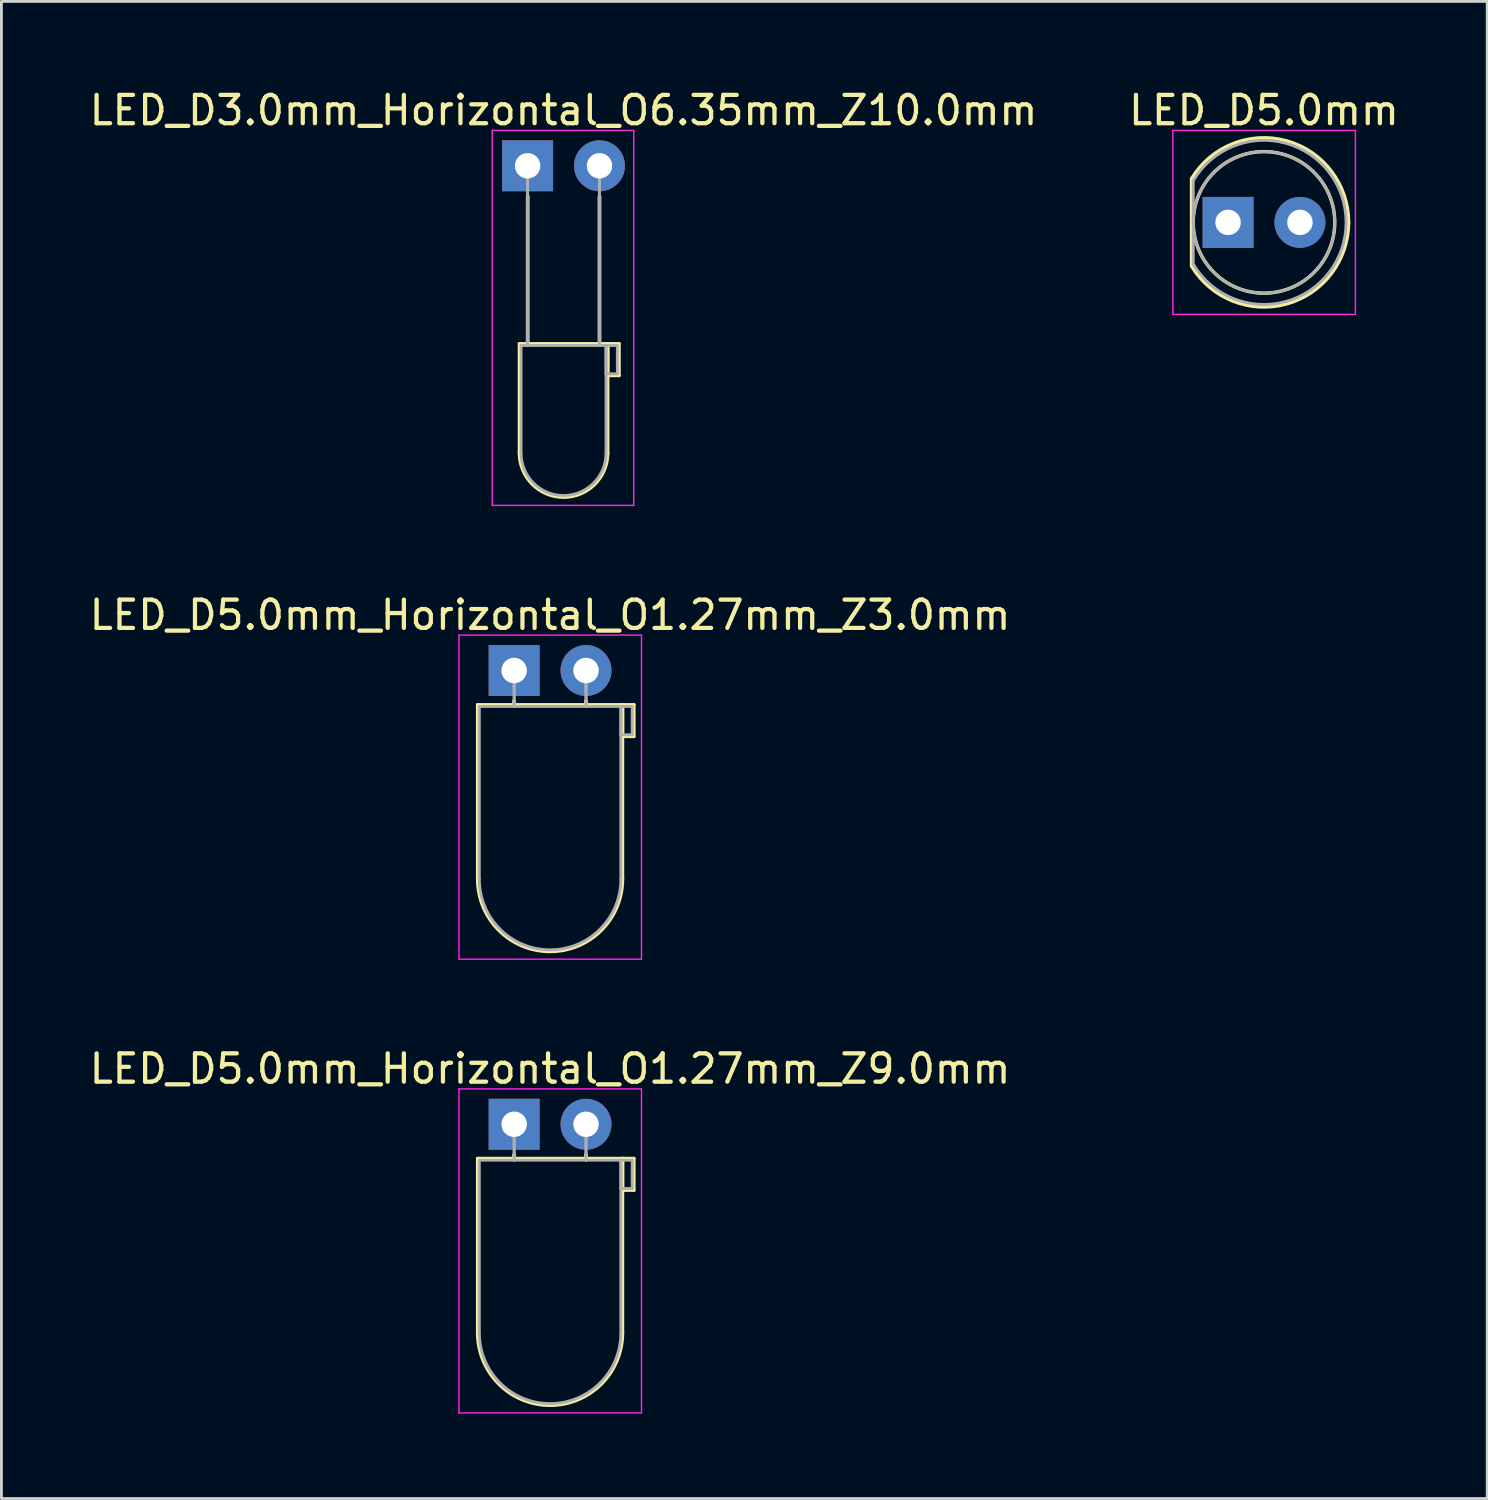
<source format=kicad_pcb>
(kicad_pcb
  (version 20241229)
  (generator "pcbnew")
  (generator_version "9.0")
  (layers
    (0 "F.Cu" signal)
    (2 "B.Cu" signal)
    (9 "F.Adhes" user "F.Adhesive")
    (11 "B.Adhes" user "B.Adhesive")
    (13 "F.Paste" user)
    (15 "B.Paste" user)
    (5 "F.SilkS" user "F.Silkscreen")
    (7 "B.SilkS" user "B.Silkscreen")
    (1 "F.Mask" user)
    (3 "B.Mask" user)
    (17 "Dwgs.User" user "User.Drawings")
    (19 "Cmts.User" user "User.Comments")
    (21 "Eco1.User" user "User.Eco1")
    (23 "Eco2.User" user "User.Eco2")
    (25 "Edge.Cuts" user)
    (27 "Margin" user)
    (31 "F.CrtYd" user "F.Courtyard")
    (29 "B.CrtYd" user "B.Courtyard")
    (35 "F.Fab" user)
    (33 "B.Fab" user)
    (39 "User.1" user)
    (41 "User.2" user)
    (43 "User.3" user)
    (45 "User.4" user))
  (footprint "LED_D5.0mm"
    (layer "F.Cu")
    (at 40.343 4.808)
    (property "Reference" "LED_D5.0mm" (at 1.27 -3.96 0) (layer "F.SilkS") (effects (font (size 1 1) (thickness 0.15))))
    (attr through_hole)
    (fp_line (start -1.29 -1.545) (end -1.29 1.545) (stroke (width 0.12) (type solid)) (layer "F.SilkS"))
    (fp_arc (start -1.29 -1.54483) (mid 2.072002 -2.880433) (end 4.26 0.000462) (stroke (width 0.12) (type solid)) (layer "F.SilkS"))
    (fp_arc (start 4.26 -0.000462) (mid 2.072002 2.880433) (end -1.29 1.54483) (stroke (width 0.12) (type solid)) (layer "F.SilkS"))
    (fp_circle (center 1.27 0) (end 3.77 0) (stroke (width 0.12) (type solid)) (fill no) (layer "F.SilkS"))
    (fp_line (start -1.95 -3.25) (end -1.95 3.25) (stroke (width 0.05) (type solid)) (layer "F.CrtYd"))
    (fp_line (start -1.95 3.25) (end 4.5 3.25) (stroke (width 0.05) (type solid)) (layer "F.CrtYd"))
    (fp_line (start 4.5 -3.25) (end -1.95 -3.25) (stroke (width 0.05) (type solid)) (layer "F.CrtYd"))
    (fp_line (start 4.5 3.25) (end 4.5 -3.25) (stroke (width 0.05) (type solid)) (layer "F.CrtYd"))
    (fp_line (start -1.23 -1.47) (end -1.23 1.47) (stroke (width 0.1) (type solid)) (layer "F.Fab"))
    (fp_arc (start -1.23 -1.469694) (mid 4.17 0.000016) (end -1.230016 1.469666) (stroke (width 0.1) (type solid)) (layer "F.Fab"))
    (fp_circle (center 1.27 0) (end 3.77 0) (stroke (width 0.1) (type solid)) (fill no) (layer "F.Fab"))
    (pad "1" thru_hole rect (at 0 0) (size 1.8 1.8) (drill 0.9) (layers "*.Cu" "*.Mask"))
    (pad "2" thru_hole circle (at 2.54 0) (size 1.8 1.8) (drill 0.9) (layers "*.Cu" "*.Mask")))
  (footprint "LED_D5.0mm_Horizontal_O1.27mm_Z9.0mm"
    (layer "F.Cu")
    (at 15.117 36.675)
    (property "Reference" "LED_D5.0mm_Horizontal_O1.27mm_Z9.0mm" (at 1.27 -1.96 0) (layer "F.SilkS") (effects (font (size 1 1) (thickness 0.15))))
    (attr through_hole)
    (fp_line (start -1.29 1.21) (end -1.29 7.37) (stroke (width 0.12) (type solid)) (layer "F.SilkS"))
    (fp_line (start -1.29 1.21) (end 3.83 1.21) (stroke (width 0.12) (type solid)) (layer "F.SilkS"))
    (fp_line (start 0 1.08) (end 0 1.08) (stroke (width 0.12) (type solid)) (layer "F.SilkS"))
    (fp_line (start 0 1.08) (end 0 1.21) (stroke (width 0.12) (type solid)) (layer "F.SilkS"))
    (fp_line (start 0 1.21) (end 0 1.08) (stroke (width 0.12) (type solid)) (layer "F.SilkS"))
    (fp_line (start 0 1.21) (end 0 1.21) (stroke (width 0.12) (type solid)) (layer "F.SilkS"))
    (fp_line (start 2.54 1.08) (end 2.54 1.08) (stroke (width 0.12) (type solid)) (layer "F.SilkS"))
    (fp_line (start 2.54 1.08) (end 2.54 1.21) (stroke (width 0.12) (type solid)) (layer "F.SilkS"))
    (fp_line (start 2.54 1.21) (end 2.54 1.08) (stroke (width 0.12) (type solid)) (layer "F.SilkS"))
    (fp_line (start 2.54 1.21) (end 2.54 1.21) (stroke (width 0.12) (type solid)) (layer "F.SilkS"))
    (fp_line (start 3.83 1.21) (end 3.83 7.37) (stroke (width 0.12) (type solid)) (layer "F.SilkS"))
    (fp_line (start 3.83 1.21) (end 4.23 1.21) (stroke (width 0.12) (type solid)) (layer "F.SilkS"))
    (fp_line (start 3.83 2.33) (end 3.83 1.21) (stroke (width 0.12) (type solid)) (layer "F.SilkS"))
    (fp_line (start 4.23 1.21) (end 4.23 2.33) (stroke (width 0.12) (type solid)) (layer "F.SilkS"))
    (fp_line (start 4.23 2.33) (end 3.83 2.33) (stroke (width 0.12) (type solid)) (layer "F.SilkS"))
    (fp_arc (start 3.83 7.37) (mid 1.27 9.93) (end -1.29 7.37) (stroke (width 0.12) (type solid)) (layer "F.SilkS"))
    (fp_line (start -1.95 -1.25) (end -1.95 10.2) (stroke (width 0.05) (type solid)) (layer "F.CrtYd"))
    (fp_line (start -1.95 10.2) (end 4.5 10.2) (stroke (width 0.05) (type solid)) (layer "F.CrtYd"))
    (fp_line (start 4.5 -1.25) (end -1.95 -1.25) (stroke (width 0.05) (type solid)) (layer "F.CrtYd"))
    (fp_line (start 4.5 10.2) (end 4.5 -1.25) (stroke (width 0.05) (type solid)) (layer "F.CrtYd"))
    (fp_line (start -1.23 1.27) (end -1.23 7.37) (stroke (width 0.1) (type solid)) (layer "F.Fab"))
    (fp_line (start -1.23 1.27) (end 3.77 1.27) (stroke (width 0.1) (type solid)) (layer "F.Fab"))
    (fp_line (start 0 0) (end 0 0) (stroke (width 0.1) (type solid)) (layer "F.Fab"))
    (fp_line (start 0 0) (end 0 1.27) (stroke (width 0.1) (type solid)) (layer "F.Fab"))
    (fp_line (start 0 1.27) (end 0 0) (stroke (width 0.1) (type solid)) (layer "F.Fab"))
    (fp_line (start 0 1.27) (end 0 1.27) (stroke (width 0.1) (type solid)) (layer "F.Fab"))
    (fp_line (start 2.54 0) (end 2.54 0) (stroke (width 0.1) (type solid)) (layer "F.Fab"))
    (fp_line (start 2.54 0) (end 2.54 1.27) (stroke (width 0.1) (type solid)) (layer "F.Fab"))
    (fp_line (start 2.54 1.27) (end 2.54 0) (stroke (width 0.1) (type solid)) (layer "F.Fab"))
    (fp_line (start 2.54 1.27) (end 2.54 1.27) (stroke (width 0.1) (type solid)) (layer "F.Fab"))
    (fp_line (start 3.77 1.27) (end 3.77 7.37) (stroke (width 0.1) (type solid)) (layer "F.Fab"))
    (fp_line (start 3.77 1.27) (end 4.17 1.27) (stroke (width 0.1) (type solid)) (layer "F.Fab"))
    (fp_line (start 3.77 2.27) (end 3.77 1.27) (stroke (width 0.1) (type solid)) (layer "F.Fab"))
    (fp_line (start 4.17 1.27) (end 4.17 2.27) (stroke (width 0.1) (type solid)) (layer "F.Fab"))
    (fp_line (start 4.17 2.27) (end 3.77 2.27) (stroke (width 0.1) (type solid)) (layer "F.Fab"))
    (fp_arc (start 3.77 7.37) (mid 1.27 9.87) (end -1.23 7.37) (stroke (width 0.1) (type solid)) (layer "F.Fab"))
    (pad "1" thru_hole rect (at 0 0) (size 1.8 1.8) (drill 0.9) (layers "*.Cu" "*.Mask"))
    (pad "2" thru_hole circle (at 2.54 0) (size 1.8 1.8) (drill 0.9) (layers "*.Cu" "*.Mask")))
  (footprint "LED_D3.0mm_Horizontal_O6.35mm_Z10.0mm"
    (layer "F.Cu")
    (at 15.593 2.808)
    (property "Reference" "LED_D3.0mm_Horizontal_O6.35mm_Z10.0mm" (at 1.27 -1.96 0) (layer "F.SilkS") (effects (font (size 1 1) (thickness 0.15))))
    (attr through_hole)
    (fp_line (start -0.29 6.29) (end -0.29 10.15) (stroke (width 0.12) (type solid)) (layer "F.SilkS"))
    (fp_line (start -0.29 6.29) (end 2.83 6.29) (stroke (width 0.12) (type solid)) (layer "F.SilkS"))
    (fp_line (start 0 1.08) (end 0 1.08) (stroke (width 0.12) (type solid)) (layer "F.SilkS"))
    (fp_line (start 0 1.08) (end 0 6.29) (stroke (width 0.12) (type solid)) (layer "F.SilkS"))
    (fp_line (start 0 6.29) (end 0 1.08) (stroke (width 0.12) (type solid)) (layer "F.SilkS"))
    (fp_line (start 0 6.29) (end 0 6.29) (stroke (width 0.12) (type solid)) (layer "F.SilkS"))
    (fp_line (start 2.54 1.08) (end 2.54 1.08) (stroke (width 0.12) (type solid)) (layer "F.SilkS"))
    (fp_line (start 2.54 1.08) (end 2.54 6.29) (stroke (width 0.12) (type solid)) (layer "F.SilkS"))
    (fp_line (start 2.54 6.29) (end 2.54 1.08) (stroke (width 0.12) (type solid)) (layer "F.SilkS"))
    (fp_line (start 2.54 6.29) (end 2.54 6.29) (stroke (width 0.12) (type solid)) (layer "F.SilkS"))
    (fp_line (start 2.83 6.29) (end 2.83 10.15) (stroke (width 0.12) (type solid)) (layer "F.SilkS"))
    (fp_line (start 2.83 6.29) (end 3.23 6.29) (stroke (width 0.12) (type solid)) (layer "F.SilkS"))
    (fp_line (start 2.83 7.41) (end 2.83 6.29) (stroke (width 0.12) (type solid)) (layer "F.SilkS"))
    (fp_line (start 3.23 6.29) (end 3.23 7.41) (stroke (width 0.12) (type solid)) (layer "F.SilkS"))
    (fp_line (start 3.23 7.41) (end 2.83 7.41) (stroke (width 0.12) (type solid)) (layer "F.SilkS"))
    (fp_arc (start 2.83 10.15) (mid 1.27 11.71) (end -0.29 10.15) (stroke (width 0.12) (type solid)) (layer "F.SilkS"))
    (fp_line (start -1.25 -1.25) (end -1.25 12) (stroke (width 0.05) (type solid)) (layer "F.CrtYd"))
    (fp_line (start -1.25 12) (end 3.75 12) (stroke (width 0.05) (type solid)) (layer "F.CrtYd"))
    (fp_line (start 3.75 -1.25) (end -1.25 -1.25) (stroke (width 0.05) (type solid)) (layer "F.CrtYd"))
    (fp_line (start 3.75 12) (end 3.75 -1.25) (stroke (width 0.05) (type solid)) (layer "F.CrtYd"))
    (fp_line (start -0.23 6.35) (end -0.23 10.15) (stroke (width 0.1) (type solid)) (layer "F.Fab"))
    (fp_line (start -0.23 6.35) (end 2.77 6.35) (stroke (width 0.1) (type solid)) (layer "F.Fab"))
    (fp_line (start 0 0) (end 0 0) (stroke (width 0.1) (type solid)) (layer "F.Fab"))
    (fp_line (start 0 0) (end 0 6.35) (stroke (width 0.1) (type solid)) (layer "F.Fab"))
    (fp_line (start 0 6.35) (end 0 0) (stroke (width 0.1) (type solid)) (layer "F.Fab"))
    (fp_line (start 0 6.35) (end 0 6.35) (stroke (width 0.1) (type solid)) (layer "F.Fab"))
    (fp_line (start 2.54 0) (end 2.54 0) (stroke (width 0.1) (type solid)) (layer "F.Fab"))
    (fp_line (start 2.54 0) (end 2.54 6.35) (stroke (width 0.1) (type solid)) (layer "F.Fab"))
    (fp_line (start 2.54 6.35) (end 2.54 0) (stroke (width 0.1) (type solid)) (layer "F.Fab"))
    (fp_line (start 2.54 6.35) (end 2.54 6.35) (stroke (width 0.1) (type solid)) (layer "F.Fab"))
    (fp_line (start 2.77 6.35) (end 2.77 10.15) (stroke (width 0.1) (type solid)) (layer "F.Fab"))
    (fp_line (start 2.77 6.35) (end 3.17 6.35) (stroke (width 0.1) (type solid)) (layer "F.Fab"))
    (fp_line (start 2.77 7.35) (end 2.77 6.35) (stroke (width 0.1) (type solid)) (layer "F.Fab"))
    (fp_line (start 3.17 6.35) (end 3.17 7.35) (stroke (width 0.1) (type solid)) (layer "F.Fab"))
    (fp_line (start 3.17 7.35) (end 2.77 7.35) (stroke (width 0.1) (type solid)) (layer "F.Fab"))
    (fp_arc (start 2.77 10.15) (mid 1.27 11.65) (end -0.23 10.15) (stroke (width 0.1) (type solid)) (layer "F.Fab"))
    (pad "1" thru_hole rect (at 0 0) (size 1.8 1.8) (drill 0.9) (layers "*.Cu" "*.Mask"))
    (pad "2" thru_hole circle (at 2.54 0) (size 1.8 1.8) (drill 0.9) (layers "*.Cu" "*.Mask")))
  (footprint "LED_D5.0mm_Horizontal_O1.27mm_Z3.0mm"
    (layer "F.Cu")
    (at 15.117 20.642)
    (property "Reference" "LED_D5.0mm_Horizontal_O1.27mm_Z3.0mm" (at 1.27 -1.96 0) (layer "F.SilkS") (effects (font (size 1 1) (thickness 0.15))))
    (attr through_hole)
    (fp_line (start -1.29 1.21) (end -1.29 7.37) (stroke (width 0.12) (type solid)) (layer "F.SilkS"))
    (fp_line (start -1.29 1.21) (end 3.83 1.21) (stroke (width 0.12) (type solid)) (layer "F.SilkS"))
    (fp_line (start 0 1.08) (end 0 1.08) (stroke (width 0.12) (type solid)) (layer "F.SilkS"))
    (fp_line (start 0 1.08) (end 0 1.21) (stroke (width 0.12) (type solid)) (layer "F.SilkS"))
    (fp_line (start 0 1.21) (end 0 1.08) (stroke (width 0.12) (type solid)) (layer "F.SilkS"))
    (fp_line (start 0 1.21) (end 0 1.21) (stroke (width 0.12) (type solid)) (layer "F.SilkS"))
    (fp_line (start 2.54 1.08) (end 2.54 1.08) (stroke (width 0.12) (type solid)) (layer "F.SilkS"))
    (fp_line (start 2.54 1.08) (end 2.54 1.21) (stroke (width 0.12) (type solid)) (layer "F.SilkS"))
    (fp_line (start 2.54 1.21) (end 2.54 1.08) (stroke (width 0.12) (type solid)) (layer "F.SilkS"))
    (fp_line (start 2.54 1.21) (end 2.54 1.21) (stroke (width 0.12) (type solid)) (layer "F.SilkS"))
    (fp_line (start 3.83 1.21) (end 3.83 7.37) (stroke (width 0.12) (type solid)) (layer "F.SilkS"))
    (fp_line (start 3.83 1.21) (end 4.23 1.21) (stroke (width 0.12) (type solid)) (layer "F.SilkS"))
    (fp_line (start 3.83 2.33) (end 3.83 1.21) (stroke (width 0.12) (type solid)) (layer "F.SilkS"))
    (fp_line (start 4.23 1.21) (end 4.23 2.33) (stroke (width 0.12) (type solid)) (layer "F.SilkS"))
    (fp_line (start 4.23 2.33) (end 3.83 2.33) (stroke (width 0.12) (type solid)) (layer "F.SilkS"))
    (fp_arc (start 3.83 7.37) (mid 1.27 9.93) (end -1.29 7.37) (stroke (width 0.12) (type solid)) (layer "F.SilkS"))
    (fp_line (start -1.95 -1.25) (end -1.95 10.2) (stroke (width 0.05) (type solid)) (layer "F.CrtYd"))
    (fp_line (start -1.95 10.2) (end 4.5 10.2) (stroke (width 0.05) (type solid)) (layer "F.CrtYd"))
    (fp_line (start 4.5 -1.25) (end -1.95 -1.25) (stroke (width 0.05) (type solid)) (layer "F.CrtYd"))
    (fp_line (start 4.5 10.2) (end 4.5 -1.25) (stroke (width 0.05) (type solid)) (layer "F.CrtYd"))
    (fp_line (start -1.23 1.27) (end -1.23 7.37) (stroke (width 0.1) (type solid)) (layer "F.Fab"))
    (fp_line (start -1.23 1.27) (end 3.77 1.27) (stroke (width 0.1) (type solid)) (layer "F.Fab"))
    (fp_line (start 0 0) (end 0 0) (stroke (width 0.1) (type solid)) (layer "F.Fab"))
    (fp_line (start 0 0) (end 0 1.27) (stroke (width 0.1) (type solid)) (layer "F.Fab"))
    (fp_line (start 0 1.27) (end 0 0) (stroke (width 0.1) (type solid)) (layer "F.Fab"))
    (fp_line (start 0 1.27) (end 0 1.27) (stroke (width 0.1) (type solid)) (layer "F.Fab"))
    (fp_line (start 2.54 0) (end 2.54 0) (stroke (width 0.1) (type solid)) (layer "F.Fab"))
    (fp_line (start 2.54 0) (end 2.54 1.27) (stroke (width 0.1) (type solid)) (layer "F.Fab"))
    (fp_line (start 2.54 1.27) (end 2.54 0) (stroke (width 0.1) (type solid)) (layer "F.Fab"))
    (fp_line (start 2.54 1.27) (end 2.54 1.27) (stroke (width 0.1) (type solid)) (layer "F.Fab"))
    (fp_line (start 3.77 1.27) (end 3.77 7.37) (stroke (width 0.1) (type solid)) (layer "F.Fab"))
    (fp_line (start 3.77 1.27) (end 4.17 1.27) (stroke (width 0.1) (type solid)) (layer "F.Fab"))
    (fp_line (start 3.77 2.27) (end 3.77 1.27) (stroke (width 0.1) (type solid)) (layer "F.Fab"))
    (fp_line (start 4.17 1.27) (end 4.17 2.27) (stroke (width 0.1) (type solid)) (layer "F.Fab"))
    (fp_line (start 4.17 2.27) (end 3.77 2.27) (stroke (width 0.1) (type solid)) (layer "F.Fab"))
    (fp_arc (start 3.77 7.37) (mid 1.27 9.87) (end -1.23 7.37) (stroke (width 0.1) (type solid)) (layer "F.Fab"))
    (pad "1" thru_hole rect (at 0 0) (size 1.8 1.8) (drill 0.9) (layers "*.Cu" "*.Mask"))
    (pad "2" thru_hole circle (at 2.54 0) (size 1.8 1.8) (drill 0.9) (layers "*.Cu" "*.Mask")))
  (gr_rect
    (start -3 -3)
    (end 49.5 49.9)
    (stroke (width 0.1) (type default))
    (fill no)
    (layer "Edge.Cuts")))
</source>
